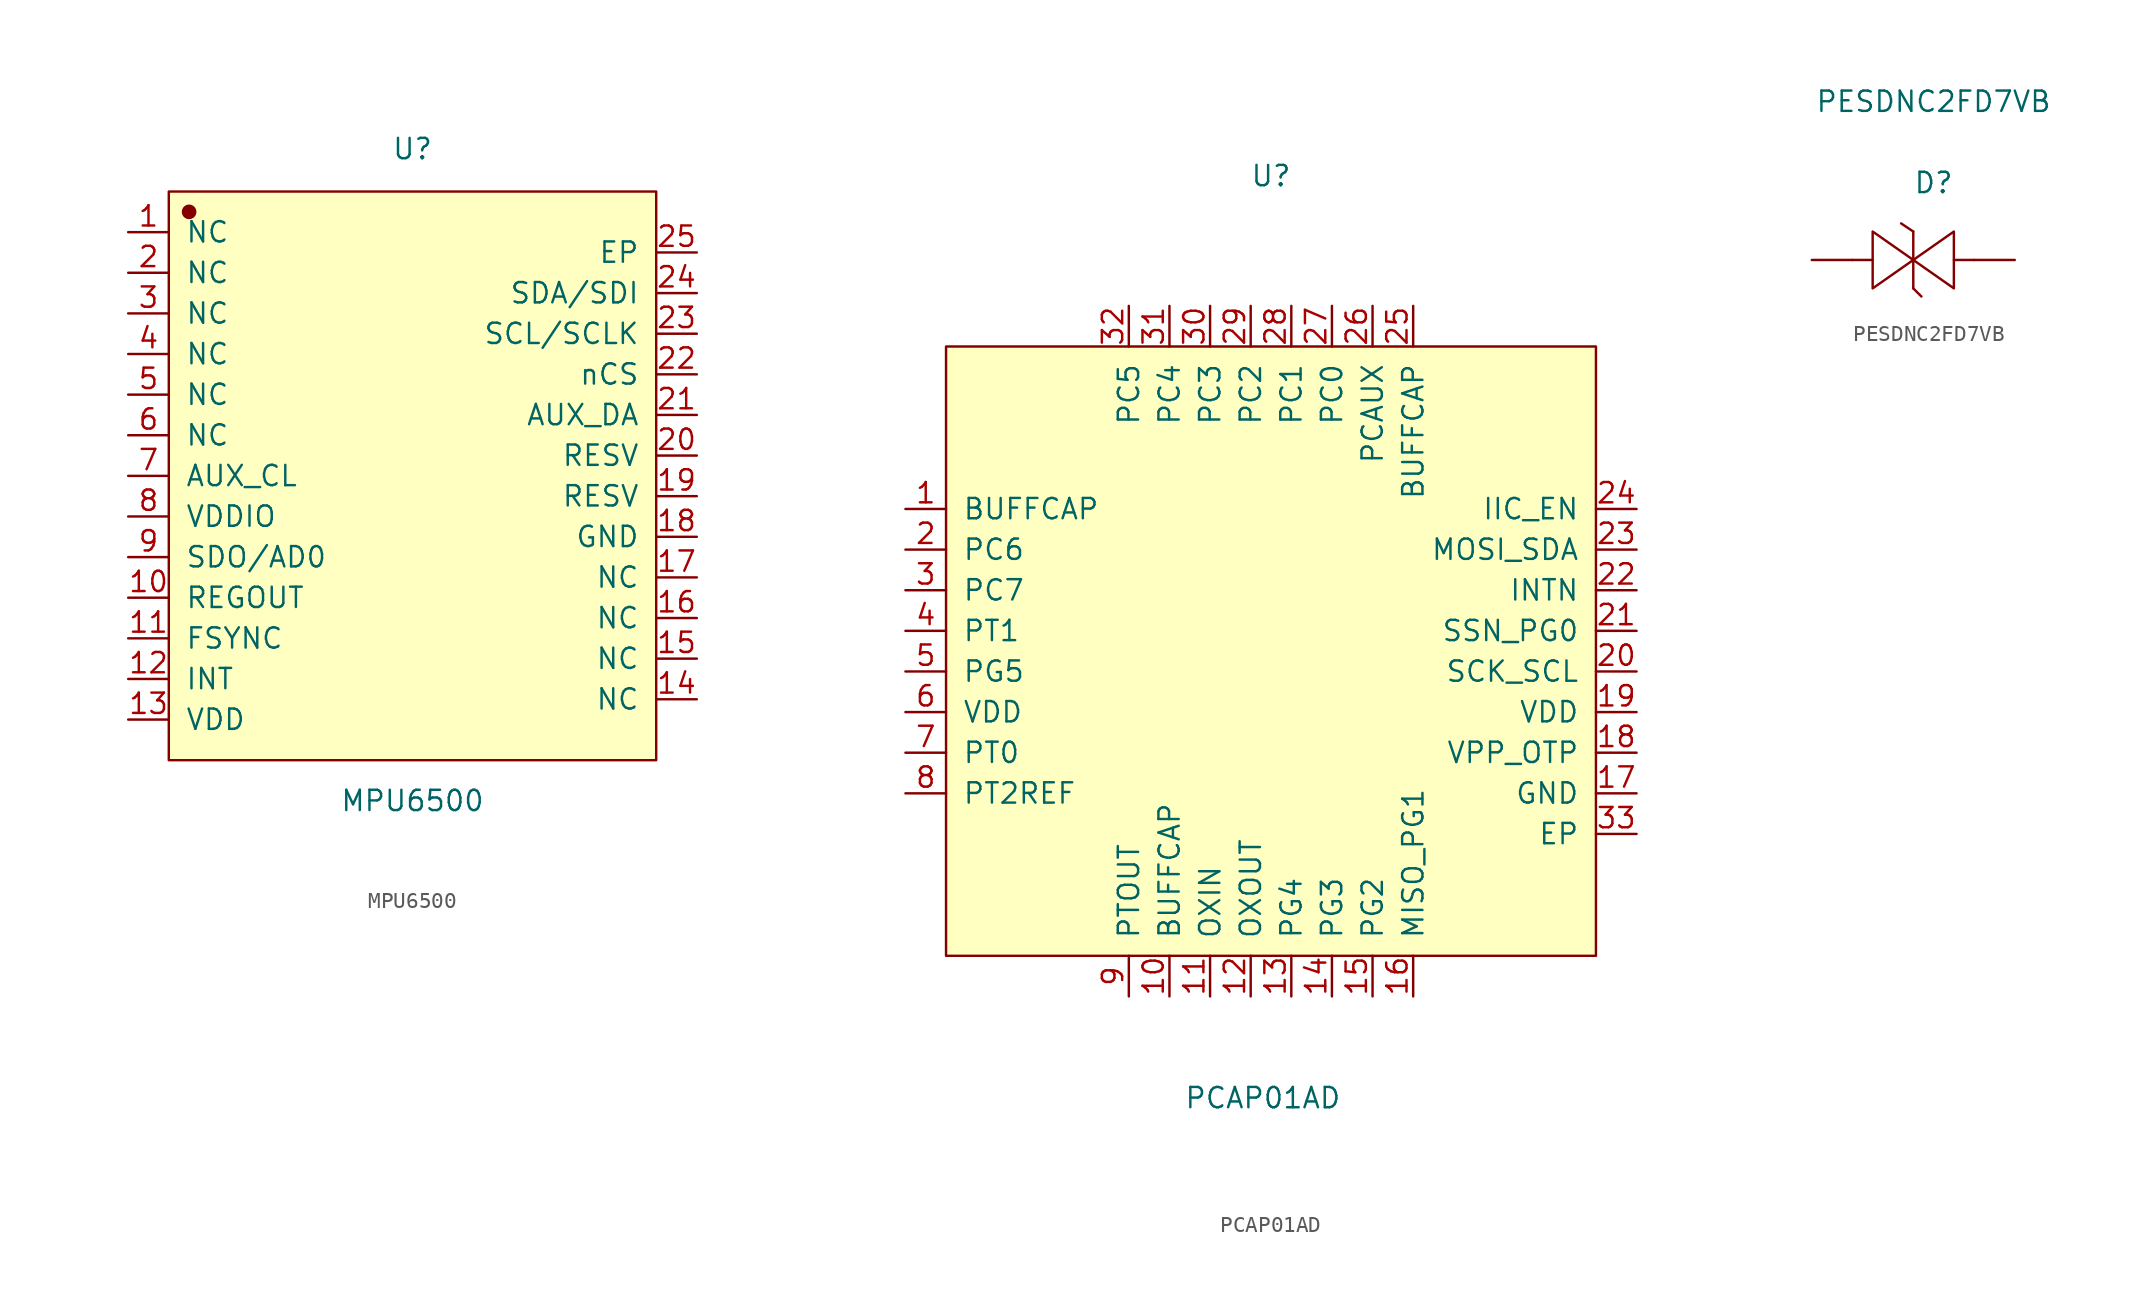
<source format=kicad_sym>
(kicad_symbol_lib
  (version 20231120)
  (generator "kicad_symbol_editor")
  (generator_version "8.0")
  (symbol "MPU6500"
    (pin_names
      (offset 1.016))
    (property "Reference" "U"
      (at 0 20.447 0)
      (effects (font (size 1.27 1.27))))
    (property "Value" "MPU6500"
      (at 0 -20.32 0)
      (effects (font (size 1.27 1.27))))
    (symbol "MPU6500_1_1"
      (rectangle (start -15.24 17.78) (end 15.24 -17.78) (stroke (width 0.152) (type solid)) (fill (type background)))
      (circle (center -13.97 16.51) (radius 0.381) (stroke (width 0.152) (type solid)) (fill (type outline)))
      (pin input line (at -17.78 15.24 0) (length 2.54) (name "NC" (effects (font (size 1.27 1.27)))) (number "1" (effects (font (size 1.27 1.27)))))
      (pin input line (at -17.78 -7.62 0) (length 2.54) (name "REGOUT" (effects (font (size 1.27 1.27)))) (number "10" (effects (font (size 1.27 1.27)))))
      (pin input line (at -17.78 -10.16 0) (length 2.54) (name "FSYNC" (effects (font (size 1.27 1.27)))) (number "11" (effects (font (size 1.27 1.27)))))
      (pin input line (at -17.78 -12.7 0) (length 2.54) (name "INT" (effects (font (size 1.27 1.27)))) (number "12" (effects (font (size 1.27 1.27)))))
      (pin input line (at -17.78 -15.24 0) (length 2.54) (name "VDD" (effects (font (size 1.27 1.27)))) (number "13" (effects (font (size 1.27 1.27)))))
      (pin input line (at 17.78 -13.97 180) (length 2.54) (name "NC" (effects (font (size 1.27 1.27)))) (number "14" (effects (font (size 1.27 1.27)))))
      (pin input line (at 17.78 -11.43 180) (length 2.54) (name "NC" (effects (font (size 1.27 1.27)))) (number "15" (effects (font (size 1.27 1.27)))))
      (pin input line (at 17.78 -8.89 180) (length 2.54) (name "NC" (effects (font (size 1.27 1.27)))) (number "16" (effects (font (size 1.27 1.27)))))
      (pin input line (at 17.78 -6.35 180) (length 2.54) (name "NC" (effects (font (size 1.27 1.27)))) (number "17" (effects (font (size 1.27 1.27)))))
      (pin input line (at 17.78 -3.81 180) (length 2.54) (name "GND" (effects (font (size 1.27 1.27)))) (number "18" (effects (font (size 1.27 1.27)))))
      (pin input line (at 17.78 -1.27 180) (length 2.54) (name "RESV" (effects (font (size 1.27 1.27)))) (number "19" (effects (font (size 1.27 1.27)))))
      (pin input line (at -17.78 12.7 0) (length 2.54) (name "NC" (effects (font (size 1.27 1.27)))) (number "2" (effects (font (size 1.27 1.27)))))
      (pin input line (at 17.78 1.27 180) (length 2.54) (name "RESV" (effects (font (size 1.27 1.27)))) (number "20" (effects (font (size 1.27 1.27)))))
      (pin input line (at 17.78 3.81 180) (length 2.54) (name "AUX_DA" (effects (font (size 1.27 1.27)))) (number "21" (effects (font (size 1.27 1.27)))))
      (pin input line (at 17.78 6.35 180) (length 2.54) (name "nCS" (effects (font (size 1.27 1.27)))) (number "22" (effects (font (size 1.27 1.27)))))
      (pin input line (at 17.78 8.89 180) (length 2.54) (name "SCL/SCLK" (effects (font (size 1.27 1.27)))) (number "23" (effects (font (size 1.27 1.27)))))
      (pin input line (at 17.78 11.43 180) (length 2.54) (name "SDA/SDI" (effects (font (size 1.27 1.27)))) (number "24" (effects (font (size 1.27 1.27)))))
      (pin input line (at 17.78 13.97 180) (length 2.54) (name "EP" (effects (font (size 1.27 1.27)))) (number "25" (effects (font (size 1.27 1.27)))))
      (pin input line (at -17.78 10.16 0) (length 2.54) (name "NC" (effects (font (size 1.27 1.27)))) (number "3" (effects (font (size 1.27 1.27)))))
      (pin input line (at -17.78 7.62 0) (length 2.54) (name "NC" (effects (font (size 1.27 1.27)))) (number "4" (effects (font (size 1.27 1.27)))))
      (pin input line (at -17.78 5.08 0) (length 2.54) (name "NC" (effects (font (size 1.27 1.27)))) (number "5" (effects (font (size 1.27 1.27)))))
      (pin input line (at -17.78 2.54 0) (length 2.54) (name "NC" (effects (font (size 1.27 1.27)))) (number "6" (effects (font (size 1.27 1.27)))))
      (pin input line (at -17.78 0 0) (length 2.54) (name "AUX_CL" (effects (font (size 1.27 1.27)))) (number "7" (effects (font (size 1.27 1.27)))))
      (pin input line (at -17.78 -2.54 0) (length 2.54) (name "VDDIO" (effects (font (size 1.27 1.27)))) (number "8" (effects (font (size 1.27 1.27)))))
      (pin input line (at -17.78 -5.08 0) (length 2.54) (name "SDO/AD0" (effects (font (size 1.27 1.27)))) (number "9" (effects (font (size 1.27 1.27)))))))
  (symbol "PCAP01AD"
    (pin_names
      (offset 1.016))
    (property "Reference" "U"
      (at 0 29.718 0)
      (effects (font (size 1.27 1.27))))
    (property "Value" "PCAP01AD"
      (at -0.508 -27.94 0)
      (effects (font (size 1.27 1.27))))
    (symbol "PCAP01AD_1_1"
      (rectangle (start -20.32 19.05) (end 20.32 -19.05) (stroke (width 0.152) (type solid)) (fill (type background)))
      (pin input line (at -22.86 8.89 0) (length 2.54) (name "BUFFCAP" (effects (font (size 1.27 1.27)))) (number "1" (effects (font (size 1.27 1.27)))))
      (pin input line (at -6.35 -21.59 90) (length 2.54) (name "BUFFCAP" (effects (font (size 1.27 1.27)))) (number "10" (effects (font (size 1.27 1.27)))))
      (pin input line (at -3.81 -21.59 90) (length 2.54) (name "OXIN" (effects (font (size 1.27 1.27)))) (number "11" (effects (font (size 1.27 1.27)))))
      (pin input line (at -1.27 -21.59 90) (length 2.54) (name "OXOUT" (effects (font (size 1.27 1.27)))) (number "12" (effects (font (size 1.27 1.27)))))
      (pin input line (at 1.27 -21.59 90) (length 2.54) (name "PG4" (effects (font (size 1.27 1.27)))) (number "13" (effects (font (size 1.27 1.27)))))
      (pin input line (at 3.81 -21.59 90) (length 2.54) (name "PG3" (effects (font (size 1.27 1.27)))) (number "14" (effects (font (size 1.27 1.27)))))
      (pin input line (at 6.35 -21.59 90) (length 2.54) (name "PG2" (effects (font (size 1.27 1.27)))) (number "15" (effects (font (size 1.27 1.27)))))
      (pin input line (at 8.89 -21.59 90) (length 2.54) (name "MISO_PG1" (effects (font (size 1.27 1.27)))) (number "16" (effects (font (size 1.27 1.27)))))
      (pin input line (at 22.86 -8.89 180) (length 2.54) (name "GND" (effects (font (size 1.27 1.27)))) (number "17" (effects (font (size 1.27 1.27)))))
      (pin input line (at 22.86 -6.35 180) (length 2.54) (name "VPP_OTP" (effects (font (size 1.27 1.27)))) (number "18" (effects (font (size 1.27 1.27)))))
      (pin input line (at 22.86 -3.81 180) (length 2.54) (name "VDD" (effects (font (size 1.27 1.27)))) (number "19" (effects (font (size 1.27 1.27)))))
      (pin input line (at -22.86 6.35 0) (length 2.54) (name "PC6" (effects (font (size 1.27 1.27)))) (number "2" (effects (font (size 1.27 1.27)))))
      (pin input line (at 22.86 -1.27 180) (length 2.54) (name "SCK_SCL" (effects (font (size 1.27 1.27)))) (number "20" (effects (font (size 1.27 1.27)))))
      (pin input line (at 22.86 1.27 180) (length 2.54) (name "SSN_PG0" (effects (font (size 1.27 1.27)))) (number "21" (effects (font (size 1.27 1.27)))))
      (pin input line (at 22.86 3.81 180) (length 2.54) (name "INTN" (effects (font (size 1.27 1.27)))) (number "22" (effects (font (size 1.27 1.27)))))
      (pin input line (at 22.86 6.35 180) (length 2.54) (name "MOSI_SDA" (effects (font (size 1.27 1.27)))) (number "23" (effects (font (size 1.27 1.27)))))
      (pin input line (at 22.86 8.89 180) (length 2.54) (name "IIC_EN" (effects (font (size 1.27 1.27)))) (number "24" (effects (font (size 1.27 1.27)))))
      (pin input line (at 8.89 21.59 270) (length 2.54) (name "BUFFCAP" (effects (font (size 1.27 1.27)))) (number "25" (effects (font (size 1.27 1.27)))))
      (pin input line (at 6.35 21.59 270) (length 2.54) (name "PCAUX" (effects (font (size 1.27 1.27)))) (number "26" (effects (font (size 1.27 1.27)))))
      (pin input line (at 3.81 21.59 270) (length 2.54) (name "PC0" (effects (font (size 1.27 1.27)))) (number "27" (effects (font (size 1.27 1.27)))))
      (pin input line (at 1.27 21.59 270) (length 2.54) (name "PC1" (effects (font (size 1.27 1.27)))) (number "28" (effects (font (size 1.27 1.27)))))
      (pin input line (at -1.27 21.59 270) (length 2.54) (name "PC2" (effects (font (size 1.27 1.27)))) (number "29" (effects (font (size 1.27 1.27)))))
      (pin input line (at -22.86 3.81 0) (length 2.54) (name "PC7" (effects (font (size 1.27 1.27)))) (number "3" (effects (font (size 1.27 1.27)))))
      (pin input line (at -3.81 21.59 270) (length 2.54) (name "PC3" (effects (font (size 1.27 1.27)))) (number "30" (effects (font (size 1.27 1.27)))))
      (pin input line (at -6.35 21.59 270) (length 2.54) (name "PC4" (effects (font (size 1.27 1.27)))) (number "31" (effects (font (size 1.27 1.27)))))
      (pin input line (at -8.89 21.59 270) (length 2.54) (name "PC5" (effects (font (size 1.27 1.27)))) (number "32" (effects (font (size 1.27 1.27)))))
      (pin input line (at 22.86 -11.43 180) (length 2.54) (name "EP" (effects (font (size 1.27 1.27)))) (number "33" (effects (font (size 1.27 1.27)))))
      (pin input line (at -22.86 1.27 0) (length 2.54) (name "PT1" (effects (font (size 1.27 1.27)))) (number "4" (effects (font (size 1.27 1.27)))))
      (pin input line (at -22.86 -1.27 0) (length 2.54) (name "PG5" (effects (font (size 1.27 1.27)))) (number "5" (effects (font (size 1.27 1.27)))))
      (pin input line (at -22.86 -3.81 0) (length 2.54) (name "VDD" (effects (font (size 1.27 1.27)))) (number "6" (effects (font (size 1.27 1.27)))))
      (pin input line (at -22.86 -6.35 0) (length 2.54) (name "PT0" (effects (font (size 1.27 1.27)))) (number "7" (effects (font (size 1.27 1.27)))))
      (pin input line (at -22.86 -8.89 0) (length 2.54) (name "PT2REF" (effects (font (size 1.27 1.27)))) (number "8" (effects (font (size 1.27 1.27)))))
      (pin input line (at -8.89 -21.59 90) (length 2.54) (name "PTOUT" (effects (font (size 1.27 1.27)))) (number "9" (effects (font (size 1.27 1.27)))))))
  (symbol "PESDNC2FD7VB"
    (pin_numbers hide)
    (pin_names
      (offset 1.016) hide)
    (property "Reference" "D"
      (at 0 4.826 0)
      (effects (font (size 1.27 1.27))))
    (property "Value" "PESDNC2FD7VB"
      (at 0 9.906 0)
      (effects (font (size 1.27 1.27))))
    (symbol "PESDNC2FD7VB_1_1"
      (polyline (pts (xy -3.81 0) (xy -5.08 0)) (stroke (width 0.152) (type solid)) (fill (type none)))
      (polyline (pts (xy -1.27 -1.778) (xy -0.762 -2.286)) (stroke (width 0.152) (type solid)) (fill (type none)))
      (polyline (pts (xy -1.27 1.778) (xy -2.032 2.286)) (stroke (width 0.152) (type solid)) (fill (type none)))
      (polyline (pts (xy -1.27 1.778) (xy -1.27 -1.778)) (stroke (width 0.152) (type solid)) (fill (type none)))
      (polyline (pts (xy 2.54 0) (xy 1.27 0)) (stroke (width 0.152) (type solid)) (fill (type none)))
      (polyline (pts (xy -3.81 -1.778) (xy -1.27 0) (xy -3.81 1.778) (xy -3.81 -1.778)) (stroke (width 0.152) (type solid)) (fill (type none)))
      (polyline (pts (xy 1.27 1.778) (xy -1.27 0) (xy 1.27 -1.778) (xy 1.27 1.778)) (stroke (width 0.152) (type solid)) (fill (type none)))
      (pin input line (at -7.62 0 0) (length 2.54) (name "1" (effects (font (size 1.27 1.27)))) (number "1" (effects (font (size 1.27 1.27)))))
      (pin input line (at 5.08 0 180) (length 2.54) (name "2" (effects (font (size 1.27 1.27)))) (number "2" (effects (font (size 1.27 1.27))))))))
</source>
